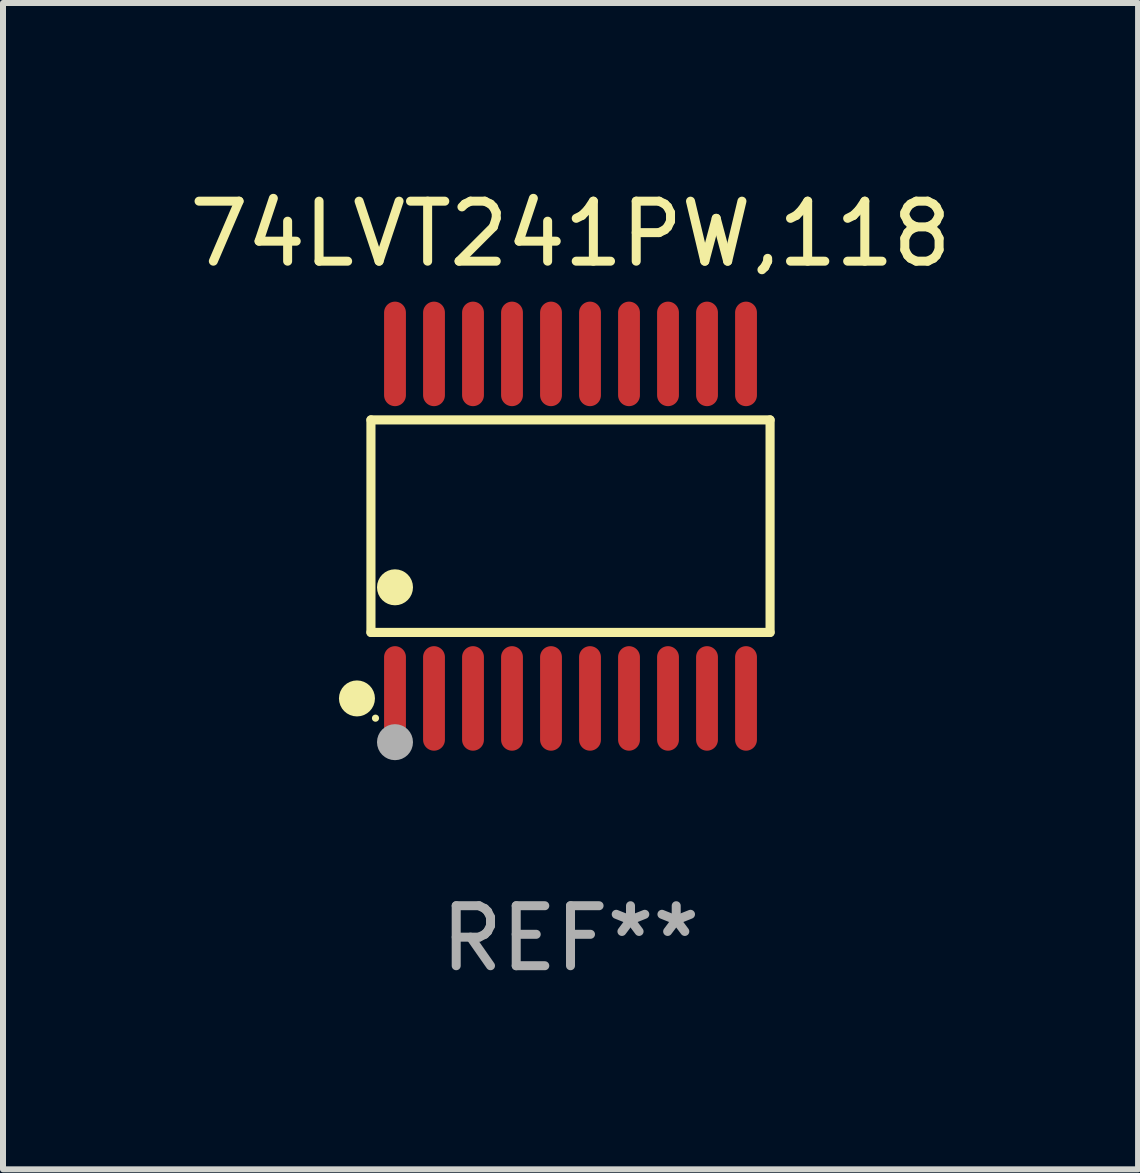
<source format=kicad_pcb>
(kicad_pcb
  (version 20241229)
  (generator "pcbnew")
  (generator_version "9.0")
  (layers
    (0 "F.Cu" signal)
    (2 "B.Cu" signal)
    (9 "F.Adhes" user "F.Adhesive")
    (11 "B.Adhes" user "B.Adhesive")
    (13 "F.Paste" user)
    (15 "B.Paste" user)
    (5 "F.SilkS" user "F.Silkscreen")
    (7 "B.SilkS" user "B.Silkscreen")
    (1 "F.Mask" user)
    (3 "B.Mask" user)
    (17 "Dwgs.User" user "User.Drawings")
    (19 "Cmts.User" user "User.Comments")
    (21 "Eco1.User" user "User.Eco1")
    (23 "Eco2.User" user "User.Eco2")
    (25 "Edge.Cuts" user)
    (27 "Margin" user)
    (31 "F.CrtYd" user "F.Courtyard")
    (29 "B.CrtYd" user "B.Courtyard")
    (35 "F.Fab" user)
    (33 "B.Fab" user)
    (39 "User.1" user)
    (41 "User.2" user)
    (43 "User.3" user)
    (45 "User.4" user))
  (footprint "74LVT241PW,118"
    (layer "F.Cu")
    (at 6.458 5.719)
    (property "Reference" "74LVT241PW,118" (at 0 -4.871 0) (layer "F.SilkS") (effects (font (size 1 1) (thickness 0.15))))
    (attr through_hole)
    (fp_line (start -3.326 -1.771) (end 3.326 -1.771) (stroke (width 0.152) (type solid)) (layer "F.SilkS"))
    (fp_line (start -3.326 1.771) (end -3.326 -1.771) (stroke (width 0.152) (type solid)) (layer "F.SilkS"))
    (fp_line (start 3.326 -1.771) (end 3.326 1.771) (stroke (width 0.152) (type solid)) (layer "F.SilkS"))
    (fp_line (start 3.326 1.771) (end -3.326 1.771) (stroke (width 0.152) (type solid)) (layer "F.SilkS"))
    (fp_circle (center -3.559 2.871) (end -3.409 2.871) (stroke (width 0.3) (type solid)) (fill no) (layer "F.SilkS"))
    (fp_circle (center -3.25 3.2) (end -3.22 3.2) (stroke (width 0.06) (type solid)) (fill no) (layer "F.SilkS"))
    (fp_circle (center -2.925 1.019) (end -2.775 1.019) (stroke (width 0.3) (type solid)) (fill no) (layer "F.SilkS"))
    (fp_circle (center -2.925 3.6) (end -2.775 3.6) (stroke (width 0.3) (type solid)) (fill no) (layer "F.Fab"))
    (fp_text user "REF**" (at 0 6.871 0) (layer "F.Fab") (effects (font (size 1 1) (thickness 0.15))))
    (pad "1" smd oval (at -2.925 2.871) (size 0.364 1.742) (layers "F.Cu" "F.Mask" "F.Paste"))
    (pad "2" smd oval (at -2.275 2.871) (size 0.364 1.742) (layers "F.Cu" "F.Mask" "F.Paste"))
    (pad "3" smd oval (at -1.625 2.871) (size 0.364 1.742) (layers "F.Cu" "F.Mask" "F.Paste"))
    (pad "4" smd oval (at -0.975 2.871) (size 0.364 1.742) (layers "F.Cu" "F.Mask" "F.Paste"))
    (pad "5" smd oval (at -0.325 2.871) (size 0.364 1.742) (layers "F.Cu" "F.Mask" "F.Paste"))
    (pad "6" smd oval (at 0.325 2.871) (size 0.364 1.742) (layers "F.Cu" "F.Mask" "F.Paste"))
    (pad "7" smd oval (at 0.975 2.871) (size 0.364 1.742) (layers "F.Cu" "F.Mask" "F.Paste"))
    (pad "8" smd oval (at 1.625 2.871) (size 0.364 1.742) (layers "F.Cu" "F.Mask" "F.Paste"))
    (pad "9" smd oval (at 2.275 2.871) (size 0.364 1.742) (layers "F.Cu" "F.Mask" "F.Paste"))
    (pad "10" smd oval (at 2.925 2.871) (size 0.364 1.742) (layers "F.Cu" "F.Mask" "F.Paste"))
    (pad "11" smd oval (at 2.925 -2.871) (size 0.364 1.742) (layers "F.Cu" "F.Mask" "F.Paste"))
    (pad "12" smd oval (at 2.275 -2.871) (size 0.364 1.742) (layers "F.Cu" "F.Mask" "F.Paste"))
    (pad "13" smd oval (at 1.625 -2.871) (size 0.364 1.742) (layers "F.Cu" "F.Mask" "F.Paste"))
    (pad "14" smd oval (at 0.975 -2.871) (size 0.364 1.742) (layers "F.Cu" "F.Mask" "F.Paste"))
    (pad "15" smd oval (at 0.325 -2.871) (size 0.364 1.742) (layers "F.Cu" "F.Mask" "F.Paste"))
    (pad "16" smd oval (at -0.325 -2.871) (size 0.364 1.742) (layers "F.Cu" "F.Mask" "F.Paste"))
    (pad "17" smd oval (at -0.975 -2.871) (size 0.364 1.742) (layers "F.Cu" "F.Mask" "F.Paste"))
    (pad "18" smd oval (at -1.625 -2.871) (size 0.364 1.742) (layers "F.Cu" "F.Mask" "F.Paste"))
    (pad "19" smd oval (at -2.275 -2.871) (size 0.364 1.742) (layers "F.Cu" "F.Mask" "F.Paste"))
    (pad "20" smd oval (at -2.925 -2.871) (size 0.364 1.742) (layers "F.Cu" "F.Mask" "F.Paste")))
  (gr_rect
    (start -3 -3)
    (end 15.917 16.438)
    (stroke (width 0.1) (type default))
    (fill no)
    (layer "Edge.Cuts")))
</source>
